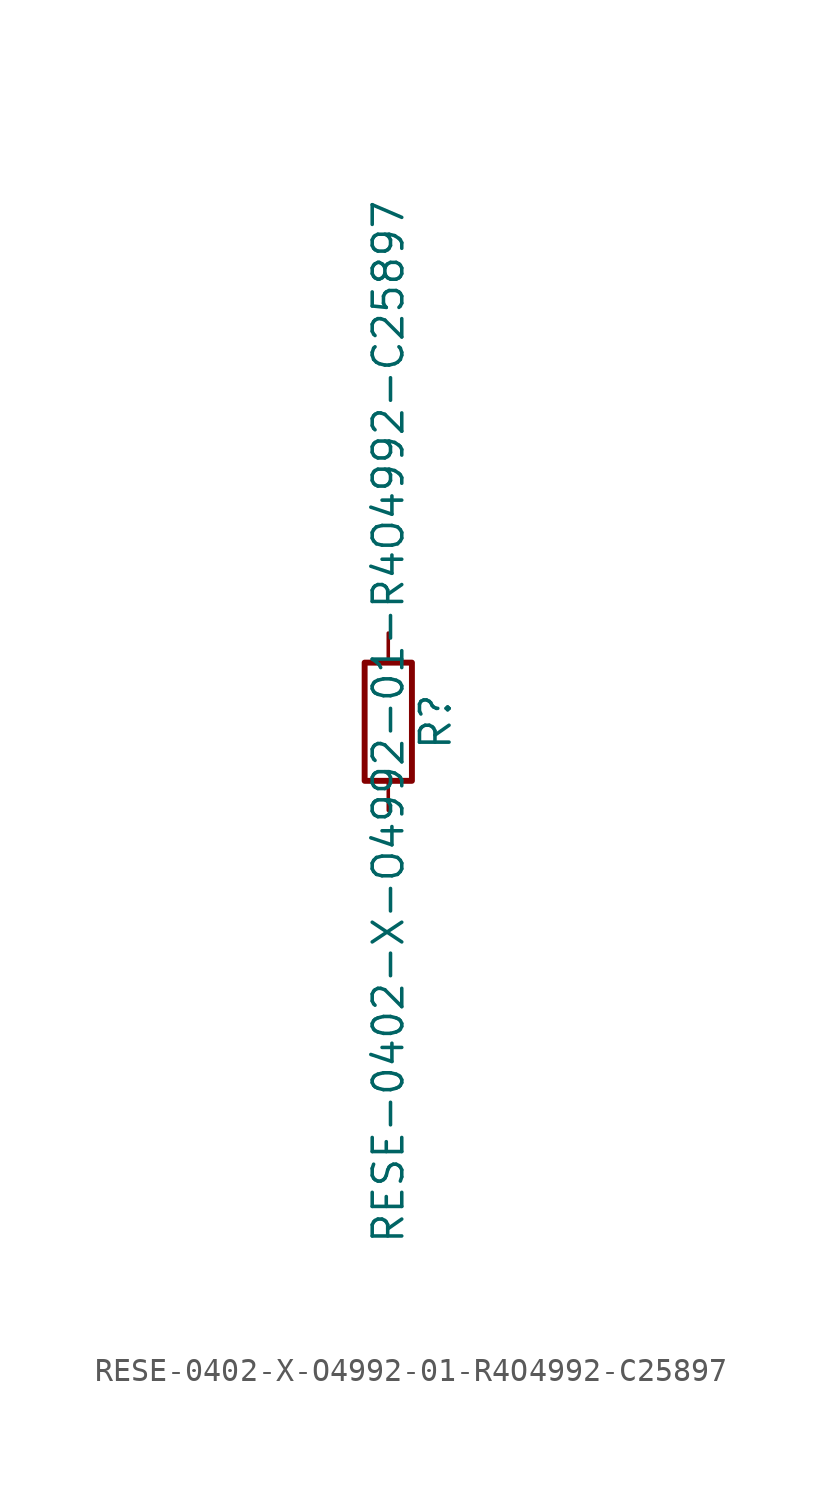
<source format=kicad_sym>
(kicad_symbol_lib
  (version 20211014)
  (generator kicad_symbol_editor)
  (symbol "RESE-0402-X-O4992-01-R4O4992-C25897"
    (pin_numbers hide)
    (pin_names
      (offset 0))
    (property "Reference" "R"
      (at 2.032 0 90)
      (effects (font (size 1.27 1.27))))
    (property "Value" "RESE-0402-X-O4992-01-R4O4992-C25897"
      (at 0 0 90)
      (effects (font (size 1.27 1.27))))
    (symbol "RESE-0402-X-O4992-01-R4O4992-C25897_0_1"
      (rectangle (start -1.016 -2.54) (end 1.016 2.54) (stroke (width 0.254) (type default) (color 0 0 0 0)) (fill (type none))))
    (symbol "RESE-0402-X-O4992-01-R4O4992-C25897_1_1"
      (pin passive line (at 0 3.81 270) (length 1.27) (name "~" (effects (font (size 1.27 1.27)))) (number "1" (effects (font (size 1.27 1.27)))))
      (pin passive line (at 0 -3.81 90) (length 1.27) (name "~" (effects (font (size 1.27 1.27)))) (number "2" (effects (font (size 1.27 1.27))))))))
</source>
